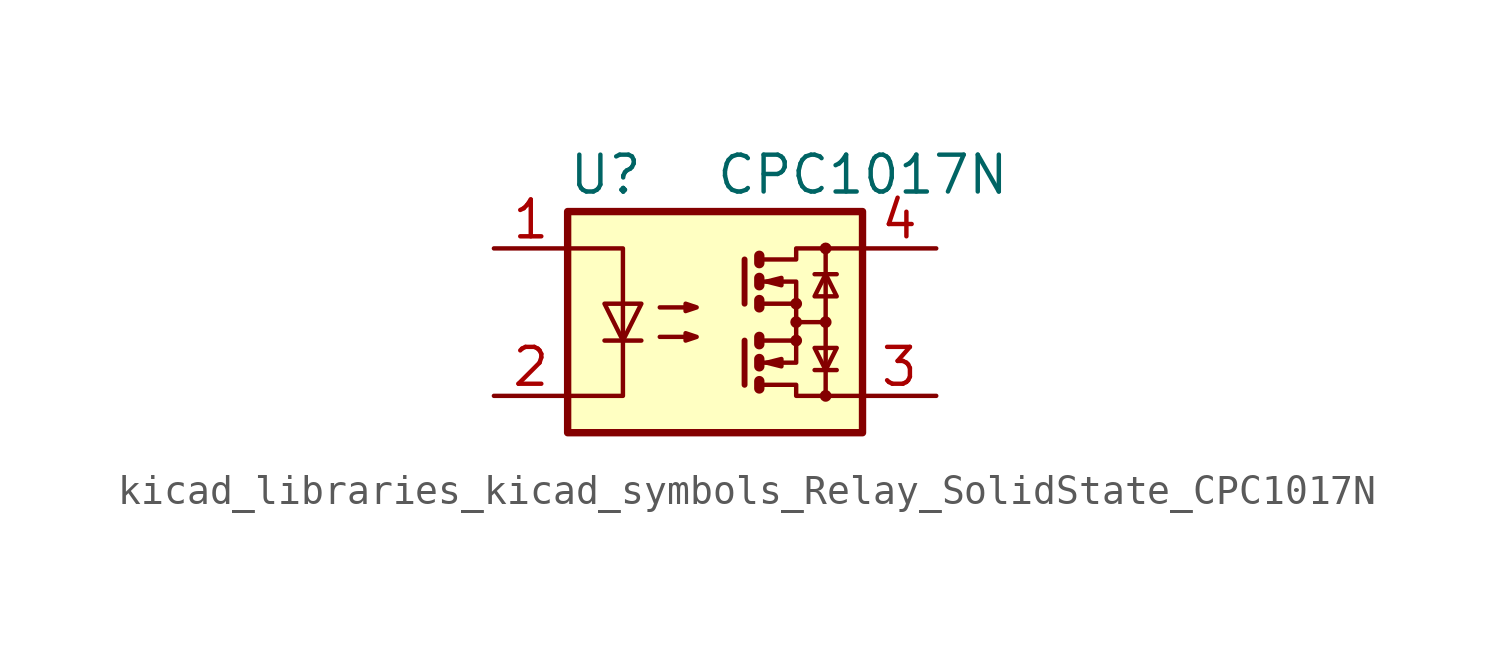
<source format=kicad_sym>
(kicad_symbol_lib
  (version 20220914)
  (generator kicad_symbol_editor)
  (symbol "kicad_libraries_kicad_symbols_Relay_SolidState_CPC1017N"
    (property "Reference" "U"
      (at -5.08 5.08 0)
      (effects (font (size 1.27 1.27)) (justify left)))
    (property "Value" "CPC1017N"
      (at 0 5.08 0)
      (effects (font (size 1.27 1.27)) (justify left)))
    (symbol "kicad_libraries_kicad_symbols_Relay_SolidState_CPC1017N_0_1"
      (rectangle (start -5.08 3.81) (end 5.08 -3.81) (stroke (width 0.254) (type default)) (fill (type background)))
      (polyline (pts (xy -3.81 -0.635) (xy -2.54 -0.635)) (stroke (width 0) (type default)) (fill (type none)))
      (polyline (pts (xy 1.016 -0.635) (xy 1.016 -2.159)) (stroke (width 0.203) (type default)) (fill (type none)))
      (polyline (pts (xy 1.016 2.159) (xy 1.016 0.635)) (stroke (width 0.203) (type default)) (fill (type none)))
      (polyline (pts (xy 1.524 -0.508) (xy 1.524 -0.762)) (stroke (width 0.356) (type default)) (fill (type none)))
      (polyline (pts (xy 2.794 0) (xy 3.81 0)) (stroke (width 0) (type default)) (fill (type none)))
      (polyline (pts (xy 3.429 -1.651) (xy 4.191 -1.651)) (stroke (width 0) (type default)) (fill (type none)))
      (polyline (pts (xy 3.429 1.651) (xy 4.191 1.651)) (stroke (width 0) (type default)) (fill (type none)))
      (polyline (pts (xy 3.81 -2.54) (xy 3.81 2.54)) (stroke (width 0) (type default)) (fill (type none)))
      (polyline (pts (xy 1.524 -2.032) (xy 1.524 -2.286) (xy 1.524 -2.286)) (stroke (width 0.356) (type default)) (fill (type none)))
      (polyline (pts (xy 1.524 -1.27) (xy 1.524 -1.524) (xy 1.524 -1.524)) (stroke (width 0.356) (type default)) (fill (type none)))
      (polyline (pts (xy 1.524 0.762) (xy 1.524 0.508) (xy 1.524 0.508)) (stroke (width 0.356) (type default)) (fill (type none)))
      (polyline (pts (xy 1.524 1.524) (xy 1.524 1.27) (xy 1.524 1.27)) (stroke (width 0.356) (type default)) (fill (type none)))
      (polyline (pts (xy 1.524 2.286) (xy 1.524 2.032) (xy 1.524 2.032)) (stroke (width 0.356) (type default)) (fill (type none)))
      (polyline (pts (xy 1.651 -1.397) (xy 2.794 -1.397) (xy 2.794 -0.635)) (stroke (width 0) (type default)) (fill (type none)))
      (polyline (pts (xy 1.651 1.397) (xy 2.794 1.397) (xy 2.794 0.635)) (stroke (width 0) (type default)) (fill (type none)))
      (polyline (pts (xy -5.08 2.54) (xy -3.175 2.54) (xy -3.175 -2.54) (xy -5.08 -2.54)) (stroke (width 0) (type default)) (fill (type none)))
      (polyline (pts (xy -3.175 -0.635) (xy -3.81 0.635) (xy -2.54 0.635) (xy -3.175 -0.635)) (stroke (width 0) (type default)) (fill (type none)))
      (polyline (pts (xy 1.651 -2.159) (xy 2.794 -2.159) (xy 2.794 -2.54) (xy 5.08 -2.54)) (stroke (width 0) (type default)) (fill (type none)))
      (polyline (pts (xy 1.651 -0.635) (xy 2.794 -0.635) (xy 2.794 0.635) (xy 1.651 0.635)) (stroke (width 0) (type default)) (fill (type none)))
      (polyline (pts (xy 1.651 2.159) (xy 2.794 2.159) (xy 2.794 2.54) (xy 5.08 2.54)) (stroke (width 0) (type default)) (fill (type none)))
      (polyline (pts (xy 1.778 -1.397) (xy 2.286 -1.27) (xy 2.286 -1.524) (xy 1.778 -1.397)) (stroke (width 0) (type default)) (fill (type none)))
      (polyline (pts (xy 1.778 1.397) (xy 2.286 1.524) (xy 2.286 1.27) (xy 1.778 1.397)) (stroke (width 0) (type default)) (fill (type none)))
      (polyline (pts (xy 3.81 -1.651) (xy 3.429 -0.889) (xy 4.191 -0.889) (xy 3.81 -1.651)) (stroke (width 0) (type default)) (fill (type none)))
      (polyline (pts (xy 3.81 1.651) (xy 3.429 0.889) (xy 4.191 0.889) (xy 3.81 1.651)) (stroke (width 0) (type default)) (fill (type none)))
      (polyline (pts (xy -1.905 -0.508) (xy -0.635 -0.508) (xy -1.016 -0.635) (xy -1.016 -0.381) (xy -0.635 -0.508)) (stroke (width 0) (type default)) (fill (type none)))
      (polyline (pts (xy -1.905 0.508) (xy -0.635 0.508) (xy -1.016 0.381) (xy -1.016 0.635) (xy -0.635 0.508)) (stroke (width 0) (type default)) (fill (type none)))
      (circle (center 2.794 -0.635) (radius 0.127) (stroke (width 0) (type default)) (fill (type none)))
      (circle (center 2.794 0) (radius 0.127) (stroke (width 0) (type default)) (fill (type none)))
      (circle (center 2.794 0.635) (radius 0.127) (stroke (width 0) (type default)) (fill (type none)))
      (circle (center 3.81 -2.54) (radius 0.127) (stroke (width 0) (type default)) (fill (type none)))
      (circle (center 3.81 0) (radius 0.127) (stroke (width 0) (type default)) (fill (type none)))
      (circle (center 3.81 2.54) (radius 0.127) (stroke (width 0) (type default)) (fill (type none))))
    (symbol "kicad_libraries_kicad_symbols_Relay_SolidState_CPC1017N_1_1"
      (pin passive line (at -7.62 2.54 0) (length 2.54) (name "~" (effects (font (size 1.27 1.27)))) (number "1" (effects (font (size 1.27 1.27)))))
      (pin passive line (at -7.62 -2.54 0) (length 2.54) (name "~" (effects (font (size 1.27 1.27)))) (number "2" (effects (font (size 1.27 1.27)))))
      (pin passive line (at 7.62 -2.54 180) (length 2.54) (name "~" (effects (font (size 1.27 1.27)))) (number "3" (effects (font (size 1.27 1.27)))))
      (pin passive line (at 7.62 2.54 180) (length 2.54) (name "~" (effects (font (size 1.27 1.27)))) (number "4" (effects (font (size 1.27 1.27))))))))
</source>
